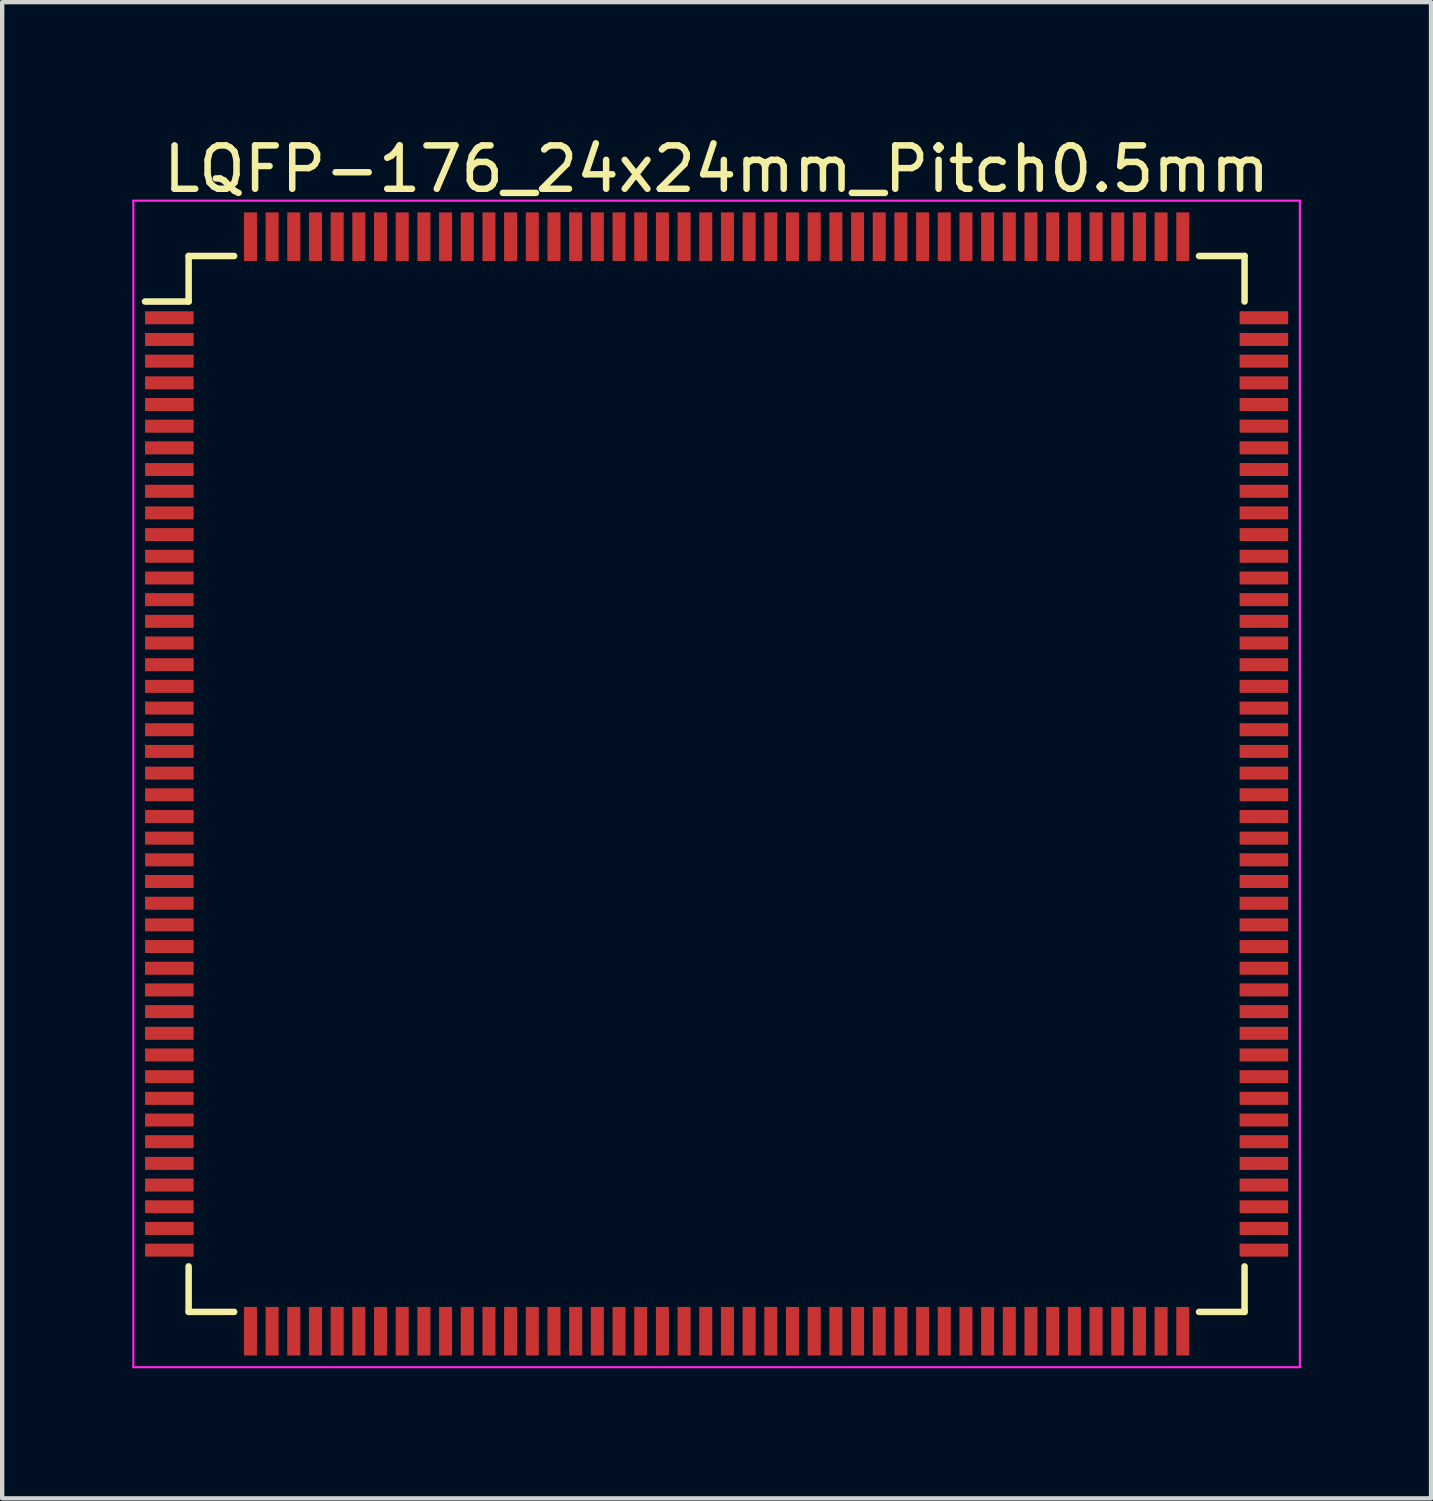
<source format=kicad_pcb>
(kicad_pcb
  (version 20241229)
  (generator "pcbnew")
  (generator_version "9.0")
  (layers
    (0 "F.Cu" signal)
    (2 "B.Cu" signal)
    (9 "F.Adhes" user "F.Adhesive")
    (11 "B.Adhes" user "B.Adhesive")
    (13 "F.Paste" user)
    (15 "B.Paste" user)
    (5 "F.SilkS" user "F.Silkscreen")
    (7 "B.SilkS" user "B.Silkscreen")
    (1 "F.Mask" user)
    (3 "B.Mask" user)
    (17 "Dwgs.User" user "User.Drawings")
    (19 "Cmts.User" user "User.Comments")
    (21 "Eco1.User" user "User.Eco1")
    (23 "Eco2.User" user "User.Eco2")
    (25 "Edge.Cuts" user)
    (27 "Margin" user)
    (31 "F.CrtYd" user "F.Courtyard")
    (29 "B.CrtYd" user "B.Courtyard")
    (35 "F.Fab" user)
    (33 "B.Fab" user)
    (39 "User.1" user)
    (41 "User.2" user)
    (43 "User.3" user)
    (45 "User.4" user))
  (footprint "LQFP-176_24x24mm_Pitch0.5mm"
    (layer "F.Cu")
    (at 13.475 15.028)
    (property "Reference" "LQFP-176_24x24mm_Pitch0.5mm" (at 0 -14.18 0) (layer "F.SilkS") (effects (font (size 1 1) (thickness 0.15))))
    (attr smd)
    (fp_line (start -12.175 -12.175) (end -12.175 -11.125) (stroke (width 0.15) (type solid)) (layer "F.SilkS"))
    (fp_line (start -12.175 -12.175) (end -11.125 -12.175) (stroke (width 0.15) (type solid)) (layer "F.SilkS"))
    (fp_line (start -12.175 -11.125) (end -13.18 -11.125) (stroke (width 0.15) (type solid)) (layer "F.SilkS"))
    (fp_line (start -12.175 12.175) (end -12.175 11.125) (stroke (width 0.15) (type solid)) (layer "F.SilkS"))
    (fp_line (start -12.175 12.175) (end -11.125 12.175) (stroke (width 0.15) (type solid)) (layer "F.SilkS"))
    (fp_line (start 12.175 -12.175) (end 11.125 -12.175) (stroke (width 0.15) (type solid)) (layer "F.SilkS"))
    (fp_line (start 12.175 -12.175) (end 12.175 -11.125) (stroke (width 0.15) (type solid)) (layer "F.SilkS"))
    (fp_line (start 12.175 12.175) (end 11.125 12.175) (stroke (width 0.15) (type solid)) (layer "F.SilkS"))
    (fp_line (start 12.175 12.175) (end 12.175 11.125) (stroke (width 0.15) (type solid)) (layer "F.SilkS"))
    (fp_line (start -13.45 -13.45) (end -13.45 13.45) (stroke (width 0.05) (type solid)) (layer "F.CrtYd"))
    (fp_line (start -13.45 -13.45) (end 13.45 -13.45) (stroke (width 0.05) (type solid)) (layer "F.CrtYd"))
    (fp_line (start -13.45 13.45) (end 13.45 13.45) (stroke (width 0.05) (type solid)) (layer "F.CrtYd"))
    (fp_line (start 13.45 -13.45) (end 13.45 13.45) (stroke (width 0.05) (type solid)) (layer "F.CrtYd"))
    (pad "1" smd rect (at -12.62 -10.75) (size 1.12 0.3) (layers "F.Cu" "F.Mask" "F.Paste"))
    (pad "2" smd rect (at -12.62 -10.25) (size 1.12 0.3) (layers "F.Cu" "F.Mask" "F.Paste"))
    (pad "3" smd rect (at -12.62 -9.75) (size 1.12 0.3) (layers "F.Cu" "F.Mask" "F.Paste"))
    (pad "4" smd rect (at -12.62 -9.25) (size 1.12 0.3) (layers "F.Cu" "F.Mask" "F.Paste"))
    (pad "5" smd rect (at -12.62 -8.75) (size 1.12 0.3) (layers "F.Cu" "F.Mask" "F.Paste"))
    (pad "6" smd rect (at -12.62 -8.25) (size 1.12 0.3) (layers "F.Cu" "F.Mask" "F.Paste"))
    (pad "7" smd rect (at -12.62 -7.75) (size 1.12 0.3) (layers "F.Cu" "F.Mask" "F.Paste"))
    (pad "8" smd rect (at -12.62 -7.25) (size 1.12 0.3) (layers "F.Cu" "F.Mask" "F.Paste"))
    (pad "9" smd rect (at -12.62 -6.75) (size 1.12 0.3) (layers "F.Cu" "F.Mask" "F.Paste"))
    (pad "10" smd rect (at -12.62 -6.25) (size 1.12 0.3) (layers "F.Cu" "F.Mask" "F.Paste"))
    (pad "11" smd rect (at -12.62 -5.75) (size 1.12 0.3) (layers "F.Cu" "F.Mask" "F.Paste"))
    (pad "12" smd rect (at -12.62 -5.25) (size 1.12 0.3) (layers "F.Cu" "F.Mask" "F.Paste"))
    (pad "13" smd rect (at -12.62 -4.75) (size 1.12 0.3) (layers "F.Cu" "F.Mask" "F.Paste"))
    (pad "14" smd rect (at -12.62 -4.25) (size 1.12 0.3) (layers "F.Cu" "F.Mask" "F.Paste"))
    (pad "15" smd rect (at -12.62 -3.75) (size 1.12 0.3) (layers "F.Cu" "F.Mask" "F.Paste"))
    (pad "16" smd rect (at -12.62 -3.25) (size 1.12 0.3) (layers "F.Cu" "F.Mask" "F.Paste"))
    (pad "17" smd rect (at -12.62 -2.75) (size 1.12 0.3) (layers "F.Cu" "F.Mask" "F.Paste"))
    (pad "18" smd rect (at -12.62 -2.25) (size 1.12 0.3) (layers "F.Cu" "F.Mask" "F.Paste"))
    (pad "19" smd rect (at -12.62 -1.75) (size 1.12 0.3) (layers "F.Cu" "F.Mask" "F.Paste"))
    (pad "20" smd rect (at -12.62 -1.25) (size 1.12 0.3) (layers "F.Cu" "F.Mask" "F.Paste"))
    (pad "21" smd rect (at -12.62 -0.75) (size 1.12 0.3) (layers "F.Cu" "F.Mask" "F.Paste"))
    (pad "22" smd rect (at -12.62 -0.25) (size 1.12 0.3) (layers "F.Cu" "F.Mask" "F.Paste"))
    (pad "23" smd rect (at -12.62 0.25) (size 1.12 0.3) (layers "F.Cu" "F.Mask" "F.Paste"))
    (pad "24" smd rect (at -12.62 0.75) (size 1.12 0.3) (layers "F.Cu" "F.Mask" "F.Paste"))
    (pad "25" smd rect (at -12.62 1.25) (size 1.12 0.3) (layers "F.Cu" "F.Mask" "F.Paste"))
    (pad "26" smd rect (at -12.62 1.75) (size 1.12 0.3) (layers "F.Cu" "F.Mask" "F.Paste"))
    (pad "27" smd rect (at -12.62 2.25) (size 1.12 0.3) (layers "F.Cu" "F.Mask" "F.Paste"))
    (pad "28" smd rect (at -12.62 2.75) (size 1.12 0.3) (layers "F.Cu" "F.Mask" "F.Paste"))
    (pad "29" smd rect (at -12.62 3.25) (size 1.12 0.3) (layers "F.Cu" "F.Mask" "F.Paste"))
    (pad "30" smd rect (at -12.62 3.75) (size 1.12 0.3) (layers "F.Cu" "F.Mask" "F.Paste"))
    (pad "31" smd rect (at -12.62 4.25) (size 1.12 0.3) (layers "F.Cu" "F.Mask" "F.Paste"))
    (pad "32" smd rect (at -12.62 4.75) (size 1.12 0.3) (layers "F.Cu" "F.Mask" "F.Paste"))
    (pad "33" smd rect (at -12.62 5.25) (size 1.12 0.3) (layers "F.Cu" "F.Mask" "F.Paste"))
    (pad "34" smd rect (at -12.62 5.75) (size 1.12 0.3) (layers "F.Cu" "F.Mask" "F.Paste"))
    (pad "35" smd rect (at -12.62 6.25) (size 1.12 0.3) (layers "F.Cu" "F.Mask" "F.Paste"))
    (pad "36" smd rect (at -12.62 6.75) (size 1.12 0.3) (layers "F.Cu" "F.Mask" "F.Paste"))
    (pad "37" smd rect (at -12.62 7.25) (size 1.12 0.3) (layers "F.Cu" "F.Mask" "F.Paste"))
    (pad "38" smd rect (at -12.62 7.75) (size 1.12 0.3) (layers "F.Cu" "F.Mask" "F.Paste"))
    (pad "39" smd rect (at -12.62 8.25) (size 1.12 0.3) (layers "F.Cu" "F.Mask" "F.Paste"))
    (pad "40" smd rect (at -12.62 8.75) (size 1.12 0.3) (layers "F.Cu" "F.Mask" "F.Paste"))
    (pad "41" smd rect (at -12.62 9.25) (size 1.12 0.3) (layers "F.Cu" "F.Mask" "F.Paste"))
    (pad "42" smd rect (at -12.62 9.75) (size 1.12 0.3) (layers "F.Cu" "F.Mask" "F.Paste"))
    (pad "43" smd rect (at -12.62 10.25) (size 1.12 0.3) (layers "F.Cu" "F.Mask" "F.Paste"))
    (pad "44" smd rect (at -12.62 10.75) (size 1.12 0.3) (layers "F.Cu" "F.Mask" "F.Paste"))
    (pad "45" smd rect (at -10.75 12.62 90) (size 1.12 0.3) (layers "F.Cu" "F.Mask" "F.Paste"))
    (pad "46" smd rect (at -10.25 12.62 90) (size 1.12 0.3) (layers "F.Cu" "F.Mask" "F.Paste"))
    (pad "47" smd rect (at -9.75 12.62 90) (size 1.12 0.3) (layers "F.Cu" "F.Mask" "F.Paste"))
    (pad "48" smd rect (at -9.25 12.62 90) (size 1.12 0.3) (layers "F.Cu" "F.Mask" "F.Paste"))
    (pad "49" smd rect (at -8.75 12.62 90) (size 1.12 0.3) (layers "F.Cu" "F.Mask" "F.Paste"))
    (pad "50" smd rect (at -8.25 12.62 90) (size 1.12 0.3) (layers "F.Cu" "F.Mask" "F.Paste"))
    (pad "51" smd rect (at -7.75 12.62 90) (size 1.12 0.3) (layers "F.Cu" "F.Mask" "F.Paste"))
    (pad "52" smd rect (at -7.25 12.62 90) (size 1.12 0.3) (layers "F.Cu" "F.Mask" "F.Paste"))
    (pad "53" smd rect (at -6.75 12.62 90) (size 1.12 0.3) (layers "F.Cu" "F.Mask" "F.Paste"))
    (pad "54" smd rect (at -6.25 12.62 90) (size 1.12 0.3) (layers "F.Cu" "F.Mask" "F.Paste"))
    (pad "55" smd rect (at -5.75 12.62 90) (size 1.12 0.3) (layers "F.Cu" "F.Mask" "F.Paste"))
    (pad "56" smd rect (at -5.25 12.62 90) (size 1.12 0.3) (layers "F.Cu" "F.Mask" "F.Paste"))
    (pad "57" smd rect (at -4.75 12.62 90) (size 1.12 0.3) (layers "F.Cu" "F.Mask" "F.Paste"))
    (pad "58" smd rect (at -4.25 12.62 90) (size 1.12 0.3) (layers "F.Cu" "F.Mask" "F.Paste"))
    (pad "59" smd rect (at -3.75 12.62 90) (size 1.12 0.3) (layers "F.Cu" "F.Mask" "F.Paste"))
    (pad "60" smd rect (at -3.25 12.62 90) (size 1.12 0.3) (layers "F.Cu" "F.Mask" "F.Paste"))
    (pad "61" smd rect (at -2.75 12.62 90) (size 1.12 0.3) (layers "F.Cu" "F.Mask" "F.Paste"))
    (pad "62" smd rect (at -2.25 12.62 90) (size 1.12 0.3) (layers "F.Cu" "F.Mask" "F.Paste"))
    (pad "63" smd rect (at -1.75 12.62 90) (size 1.12 0.3) (layers "F.Cu" "F.Mask" "F.Paste"))
    (pad "64" smd rect (at -1.25 12.62 90) (size 1.12 0.3) (layers "F.Cu" "F.Mask" "F.Paste"))
    (pad "65" smd rect (at -0.75 12.62 90) (size 1.12 0.3) (layers "F.Cu" "F.Mask" "F.Paste"))
    (pad "66" smd rect (at -0.25 12.62 90) (size 1.12 0.3) (layers "F.Cu" "F.Mask" "F.Paste"))
    (pad "67" smd rect (at 0.25 12.62 90) (size 1.12 0.3) (layers "F.Cu" "F.Mask" "F.Paste"))
    (pad "68" smd rect (at 0.75 12.62 90) (size 1.12 0.3) (layers "F.Cu" "F.Mask" "F.Paste"))
    (pad "69" smd rect (at 1.25 12.62 90) (size 1.12 0.3) (layers "F.Cu" "F.Mask" "F.Paste"))
    (pad "70" smd rect (at 1.75 12.62 90) (size 1.12 0.3) (layers "F.Cu" "F.Mask" "F.Paste"))
    (pad "71" smd rect (at 2.25 12.62 90) (size 1.12 0.3) (layers "F.Cu" "F.Mask" "F.Paste"))
    (pad "72" smd rect (at 2.75 12.62 90) (size 1.12 0.3) (layers "F.Cu" "F.Mask" "F.Paste"))
    (pad "73" smd rect (at 3.25 12.62 90) (size 1.12 0.3) (layers "F.Cu" "F.Mask" "F.Paste"))
    (pad "74" smd rect (at 3.75 12.62 90) (size 1.12 0.3) (layers "F.Cu" "F.Mask" "F.Paste"))
    (pad "75" smd rect (at 4.25 12.62 90) (size 1.12 0.3) (layers "F.Cu" "F.Mask" "F.Paste"))
    (pad "76" smd rect (at 4.75 12.62 90) (size 1.12 0.3) (layers "F.Cu" "F.Mask" "F.Paste"))
    (pad "77" smd rect (at 5.25 12.62 90) (size 1.12 0.3) (layers "F.Cu" "F.Mask" "F.Paste"))
    (pad "78" smd rect (at 5.75 12.62 90) (size 1.12 0.3) (layers "F.Cu" "F.Mask" "F.Paste"))
    (pad "79" smd rect (at 6.25 12.62 90) (size 1.12 0.3) (layers "F.Cu" "F.Mask" "F.Paste"))
    (pad "80" smd rect (at 6.75 12.62 90) (size 1.12 0.3) (layers "F.Cu" "F.Mask" "F.Paste"))
    (pad "81" smd rect (at 7.25 12.62 90) (size 1.12 0.3) (layers "F.Cu" "F.Mask" "F.Paste"))
    (pad "82" smd rect (at 7.75 12.62 90) (size 1.12 0.3) (layers "F.Cu" "F.Mask" "F.Paste"))
    (pad "83" smd rect (at 8.25 12.62 90) (size 1.12 0.3) (layers "F.Cu" "F.Mask" "F.Paste"))
    (pad "84" smd rect (at 8.75 12.62 90) (size 1.12 0.3) (layers "F.Cu" "F.Mask" "F.Paste"))
    (pad "85" smd rect (at 9.25 12.62 90) (size 1.12 0.3) (layers "F.Cu" "F.Mask" "F.Paste"))
    (pad "86" smd rect (at 9.75 12.62 90) (size 1.12 0.3) (layers "F.Cu" "F.Mask" "F.Paste"))
    (pad "87" smd rect (at 10.25 12.62 90) (size 1.12 0.3) (layers "F.Cu" "F.Mask" "F.Paste"))
    (pad "88" smd rect (at 10.75 12.62 90) (size 1.12 0.3) (layers "F.Cu" "F.Mask" "F.Paste"))
    (pad "89" smd rect (at 12.62 10.75) (size 1.12 0.3) (layers "F.Cu" "F.Mask" "F.Paste"))
    (pad "90" smd rect (at 12.62 10.25) (size 1.12 0.3) (layers "F.Cu" "F.Mask" "F.Paste"))
    (pad "91" smd rect (at 12.62 9.75) (size 1.12 0.3) (layers "F.Cu" "F.Mask" "F.Paste"))
    (pad "92" smd rect (at 12.62 9.25) (size 1.12 0.3) (layers "F.Cu" "F.Mask" "F.Paste"))
    (pad "93" smd rect (at 12.62 8.75) (size 1.12 0.3) (layers "F.Cu" "F.Mask" "F.Paste"))
    (pad "94" smd rect (at 12.62 8.25) (size 1.12 0.3) (layers "F.Cu" "F.Mask" "F.Paste"))
    (pad "95" smd rect (at 12.62 7.75) (size 1.12 0.3) (layers "F.Cu" "F.Mask" "F.Paste"))
    (pad "96" smd rect (at 12.62 7.25) (size 1.12 0.3) (layers "F.Cu" "F.Mask" "F.Paste"))
    (pad "97" smd rect (at 12.62 6.75) (size 1.12 0.3) (layers "F.Cu" "F.Mask" "F.Paste"))
    (pad "98" smd rect (at 12.62 6.25) (size 1.12 0.3) (layers "F.Cu" "F.Mask" "F.Paste"))
    (pad "99" smd rect (at 12.62 5.75) (size 1.12 0.3) (layers "F.Cu" "F.Mask" "F.Paste"))
    (pad "100" smd rect (at 12.62 5.25) (size 1.12 0.3) (layers "F.Cu" "F.Mask" "F.Paste"))
    (pad "101" smd rect (at 12.62 4.75) (size 1.12 0.3) (layers "F.Cu" "F.Mask" "F.Paste"))
    (pad "102" smd rect (at 12.62 4.25) (size 1.12 0.3) (layers "F.Cu" "F.Mask" "F.Paste"))
    (pad "103" smd rect (at 12.62 3.75) (size 1.12 0.3) (layers "F.Cu" "F.Mask" "F.Paste"))
    (pad "104" smd rect (at 12.62 3.25) (size 1.12 0.3) (layers "F.Cu" "F.Mask" "F.Paste"))
    (pad "105" smd rect (at 12.62 2.75) (size 1.12 0.3) (layers "F.Cu" "F.Mask" "F.Paste"))
    (pad "106" smd rect (at 12.62 2.25) (size 1.12 0.3) (layers "F.Cu" "F.Mask" "F.Paste"))
    (pad "107" smd rect (at 12.62 1.75) (size 1.12 0.3) (layers "F.Cu" "F.Mask" "F.Paste"))
    (pad "108" smd rect (at 12.62 1.25) (size 1.12 0.3) (layers "F.Cu" "F.Mask" "F.Paste"))
    (pad "109" smd rect (at 12.62 0.75) (size 1.12 0.3) (layers "F.Cu" "F.Mask" "F.Paste"))
    (pad "110" smd rect (at 12.62 0.25) (size 1.12 0.3) (layers "F.Cu" "F.Mask" "F.Paste"))
    (pad "111" smd rect (at 12.62 -0.25) (size 1.12 0.3) (layers "F.Cu" "F.Mask" "F.Paste"))
    (pad "112" smd rect (at 12.62 -0.75) (size 1.12 0.3) (layers "F.Cu" "F.Mask" "F.Paste"))
    (pad "113" smd rect (at 12.62 -1.25) (size 1.12 0.3) (layers "F.Cu" "F.Mask" "F.Paste"))
    (pad "114" smd rect (at 12.62 -1.75) (size 1.12 0.3) (layers "F.Cu" "F.Mask" "F.Paste"))
    (pad "115" smd rect (at 12.62 -2.25) (size 1.12 0.3) (layers "F.Cu" "F.Mask" "F.Paste"))
    (pad "116" smd rect (at 12.62 -2.75) (size 1.12 0.3) (layers "F.Cu" "F.Mask" "F.Paste"))
    (pad "117" smd rect (at 12.62 -3.25) (size 1.12 0.3) (layers "F.Cu" "F.Mask" "F.Paste"))
    (pad "118" smd rect (at 12.62 -3.75) (size 1.12 0.3) (layers "F.Cu" "F.Mask" "F.Paste"))
    (pad "119" smd rect (at 12.62 -4.25) (size 1.12 0.3) (layers "F.Cu" "F.Mask" "F.Paste"))
    (pad "120" smd rect (at 12.62 -4.75) (size 1.12 0.3) (layers "F.Cu" "F.Mask" "F.Paste"))
    (pad "121" smd rect (at 12.62 -5.25) (size 1.12 0.3) (layers "F.Cu" "F.Mask" "F.Paste"))
    (pad "122" smd rect (at 12.62 -5.75) (size 1.12 0.3) (layers "F.Cu" "F.Mask" "F.Paste"))
    (pad "123" smd rect (at 12.62 -6.25) (size 1.12 0.3) (layers "F.Cu" "F.Mask" "F.Paste"))
    (pad "124" smd rect (at 12.62 -6.75) (size 1.12 0.3) (layers "F.Cu" "F.Mask" "F.Paste"))
    (pad "125" smd rect (at 12.62 -7.25) (size 1.12 0.3) (layers "F.Cu" "F.Mask" "F.Paste"))
    (pad "126" smd rect (at 12.62 -7.75) (size 1.12 0.3) (layers "F.Cu" "F.Mask" "F.Paste"))
    (pad "127" smd rect (at 12.62 -8.25) (size 1.12 0.3) (layers "F.Cu" "F.Mask" "F.Paste"))
    (pad "128" smd rect (at 12.62 -8.75) (size 1.12 0.3) (layers "F.Cu" "F.Mask" "F.Paste"))
    (pad "129" smd rect (at 12.62 -9.25) (size 1.12 0.3) (layers "F.Cu" "F.Mask" "F.Paste"))
    (pad "130" smd rect (at 12.62 -9.75) (size 1.12 0.3) (layers "F.Cu" "F.Mask" "F.Paste"))
    (pad "131" smd rect (at 12.62 -10.25) (size 1.12 0.3) (layers "F.Cu" "F.Mask" "F.Paste"))
    (pad "132" smd rect (at 12.62 -10.75) (size 1.12 0.3) (layers "F.Cu" "F.Mask" "F.Paste"))
    (pad "133" smd rect (at 10.75 -12.62 90) (size 1.12 0.3) (layers "F.Cu" "F.Mask" "F.Paste"))
    (pad "134" smd rect (at 10.25 -12.62 90) (size 1.12 0.3) (layers "F.Cu" "F.Mask" "F.Paste"))
    (pad "135" smd rect (at 9.75 -12.62 90) (size 1.12 0.3) (layers "F.Cu" "F.Mask" "F.Paste"))
    (pad "136" smd rect (at 9.25 -12.62 90) (size 1.12 0.3) (layers "F.Cu" "F.Mask" "F.Paste"))
    (pad "137" smd rect (at 8.75 -12.62 90) (size 1.12 0.3) (layers "F.Cu" "F.Mask" "F.Paste"))
    (pad "138" smd rect (at 8.25 -12.62 90) (size 1.12 0.3) (layers "F.Cu" "F.Mask" "F.Paste"))
    (pad "139" smd rect (at 7.75 -12.62 90) (size 1.12 0.3) (layers "F.Cu" "F.Mask" "F.Paste"))
    (pad "140" smd rect (at 7.25 -12.62 90) (size 1.12 0.3) (layers "F.Cu" "F.Mask" "F.Paste"))
    (pad "141" smd rect (at 6.75 -12.62 90) (size 1.12 0.3) (layers "F.Cu" "F.Mask" "F.Paste"))
    (pad "142" smd rect (at 6.25 -12.62 90) (size 1.12 0.3) (layers "F.Cu" "F.Mask" "F.Paste"))
    (pad "143" smd rect (at 5.75 -12.62 90) (size 1.12 0.3) (layers "F.Cu" "F.Mask" "F.Paste"))
    (pad "144" smd rect (at 5.25 -12.62 90) (size 1.12 0.3) (layers "F.Cu" "F.Mask" "F.Paste"))
    (pad "145" smd rect (at 4.75 -12.62 90) (size 1.12 0.3) (layers "F.Cu" "F.Mask" "F.Paste"))
    (pad "146" smd rect (at 4.25 -12.62 90) (size 1.12 0.3) (layers "F.Cu" "F.Mask" "F.Paste"))
    (pad "147" smd rect (at 3.75 -12.62 90) (size 1.12 0.3) (layers "F.Cu" "F.Mask" "F.Paste"))
    (pad "148" smd rect (at 3.25 -12.62 90) (size 1.12 0.3) (layers "F.Cu" "F.Mask" "F.Paste"))
    (pad "149" smd rect (at 2.75 -12.62 90) (size 1.12 0.3) (layers "F.Cu" "F.Mask" "F.Paste"))
    (pad "150" smd rect (at 2.25 -12.62 90) (size 1.12 0.3) (layers "F.Cu" "F.Mask" "F.Paste"))
    (pad "151" smd rect (at 1.75 -12.62 90) (size 1.12 0.3) (layers "F.Cu" "F.Mask" "F.Paste"))
    (pad "152" smd rect (at 1.25 -12.62 90) (size 1.12 0.3) (layers "F.Cu" "F.Mask" "F.Paste"))
    (pad "153" smd rect (at 0.75 -12.62 90) (size 1.12 0.3) (layers "F.Cu" "F.Mask" "F.Paste"))
    (pad "154" smd rect (at 0.25 -12.62 90) (size 1.12 0.3) (layers "F.Cu" "F.Mask" "F.Paste"))
    (pad "155" smd rect (at -0.25 -12.62 90) (size 1.12 0.3) (layers "F.Cu" "F.Mask" "F.Paste"))
    (pad "156" smd rect (at -0.75 -12.62 90) (size 1.12 0.3) (layers "F.Cu" "F.Mask" "F.Paste"))
    (pad "157" smd rect (at -1.25 -12.62 90) (size 1.12 0.3) (layers "F.Cu" "F.Mask" "F.Paste"))
    (pad "158" smd rect (at -1.75 -12.62 90) (size 1.12 0.3) (layers "F.Cu" "F.Mask" "F.Paste"))
    (pad "159" smd rect (at -2.25 -12.62 90) (size 1.12 0.3) (layers "F.Cu" "F.Mask" "F.Paste"))
    (pad "160" smd rect (at -2.75 -12.62 90) (size 1.12 0.3) (layers "F.Cu" "F.Mask" "F.Paste"))
    (pad "161" smd rect (at -3.25 -12.62 90) (size 1.12 0.3) (layers "F.Cu" "F.Mask" "F.Paste"))
    (pad "162" smd rect (at -3.75 -12.62 90) (size 1.12 0.3) (layers "F.Cu" "F.Mask" "F.Paste"))
    (pad "163" smd rect (at -4.25 -12.62 90) (size 1.12 0.3) (layers "F.Cu" "F.Mask" "F.Paste"))
    (pad "164" smd rect (at -4.75 -12.62 90) (size 1.12 0.3) (layers "F.Cu" "F.Mask" "F.Paste"))
    (pad "165" smd rect (at -5.25 -12.62 90) (size 1.12 0.3) (layers "F.Cu" "F.Mask" "F.Paste"))
    (pad "166" smd rect (at -5.75 -12.62 90) (size 1.12 0.3) (layers "F.Cu" "F.Mask" "F.Paste"))
    (pad "167" smd rect (at -6.25 -12.62 90) (size 1.12 0.3) (layers "F.Cu" "F.Mask" "F.Paste"))
    (pad "168" smd rect (at -6.75 -12.62 90) (size 1.12 0.3) (layers "F.Cu" "F.Mask" "F.Paste"))
    (pad "169" smd rect (at -7.25 -12.62 90) (size 1.12 0.3) (layers "F.Cu" "F.Mask" "F.Paste"))
    (pad "170" smd rect (at -7.75 -12.62 90) (size 1.12 0.3) (layers "F.Cu" "F.Mask" "F.Paste"))
    (pad "171" smd rect (at -8.25 -12.62 90) (size 1.12 0.3) (layers "F.Cu" "F.Mask" "F.Paste"))
    (pad "172" smd rect (at -8.75 -12.62 90) (size 1.12 0.3) (layers "F.Cu" "F.Mask" "F.Paste"))
    (pad "173" smd rect (at -9.25 -12.62 90) (size 1.12 0.3) (layers "F.Cu" "F.Mask" "F.Paste"))
    (pad "174" smd rect (at -9.75 -12.62 90) (size 1.12 0.3) (layers "F.Cu" "F.Mask" "F.Paste"))
    (pad "175" smd rect (at -10.25 -12.62 90) (size 1.12 0.3) (layers "F.Cu" "F.Mask" "F.Paste"))
    (pad "176" smd rect (at -10.75 -12.62 90) (size 1.12 0.3) (layers "F.Cu" "F.Mask" "F.Paste")))
  (gr_rect
    (start -3 -3)
    (end 29.95 31.503)
    (stroke (width 0.1) (type default))
    (fill no)
    (layer "Edge.Cuts")))
</source>
